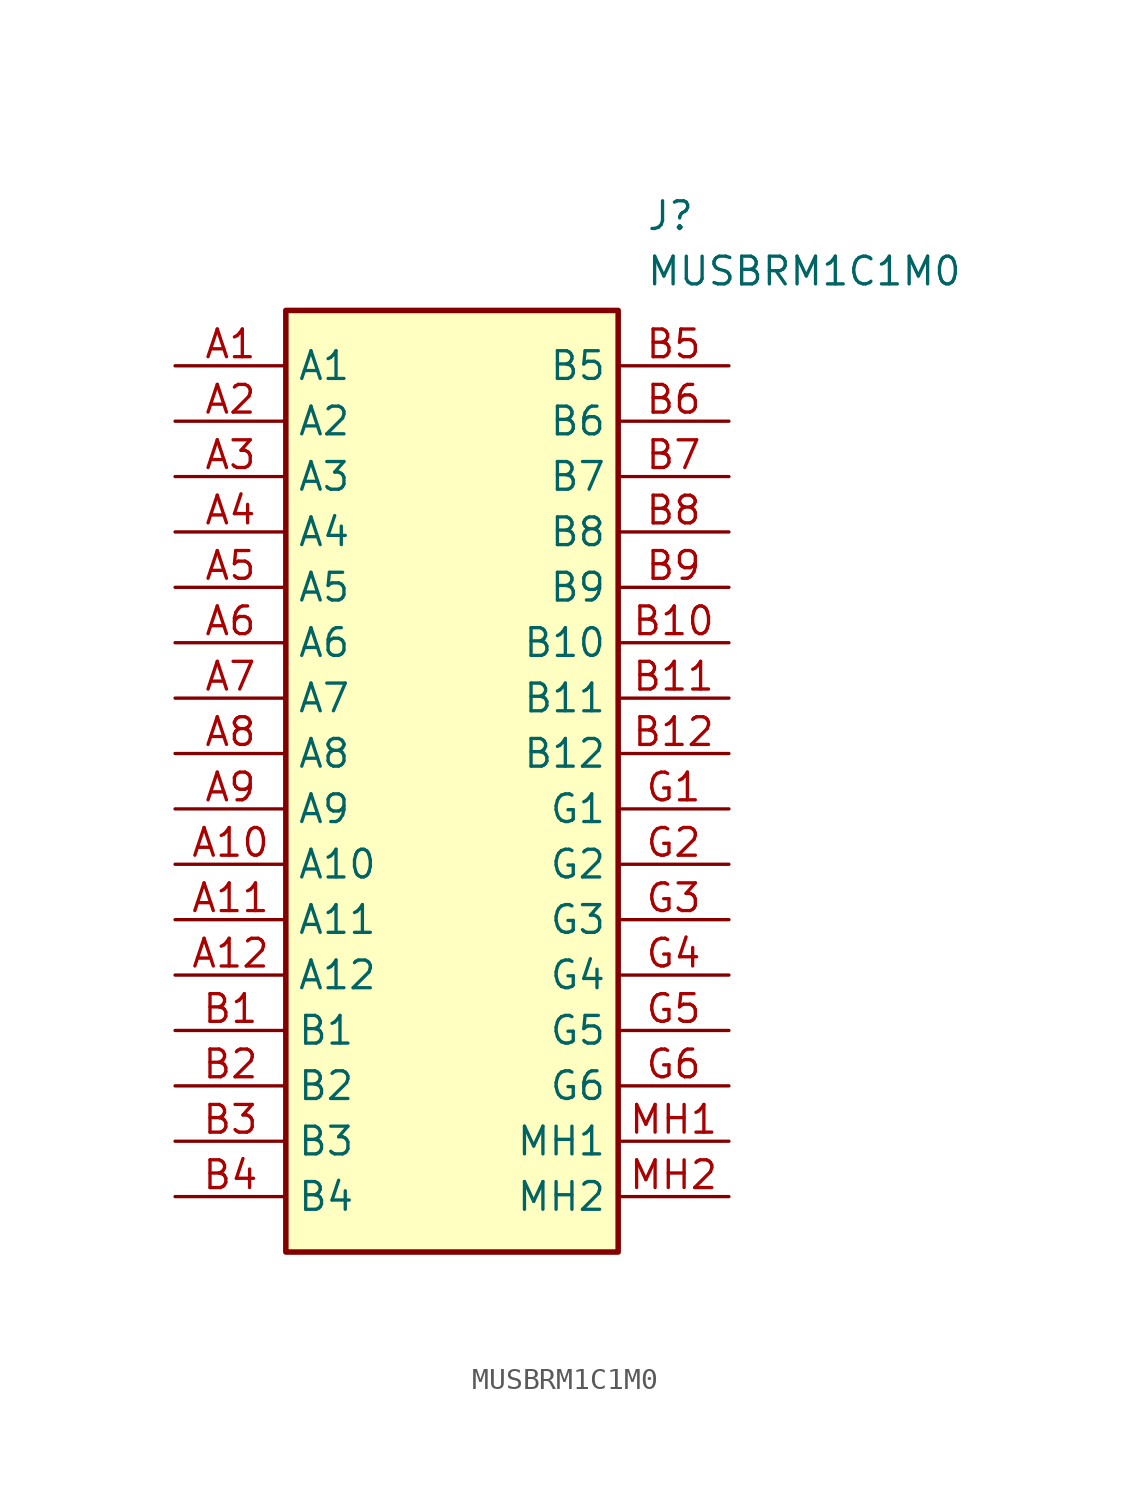
<source format=kicad_sym>
(kicad_symbol_lib
  (version 20211014)
  (generator SamacSys_ECAD_Model)
  (symbol "MUSBRM1C1M0"
    (property "Reference" "J"
      (at 21.59 7.62 0)
      (effects (font (size 1.27 1.27)) (justify left top)))
    (property "Value" "MUSBRM1C1M0"
      (at 21.59 5.08 0)
      (effects (font (size 1.27 1.27)) (justify left top)))
    (rectangle
      (start 5.08 2.54)
      (end 20.32 -40.64)
      (stroke (width 0.254) (type default))
      (fill (type background)))
    (pin passive line
      (at 0 0 0)
      (length 5.08)
      (name "A1" (effects (font (size 1.27 1.27))))
      (number "A1" (effects (font (size 1.27 1.27)))))
    (pin passive line
      (at 0 -2.54 0)
      (length 5.08)
      (name "A2" (effects (font (size 1.27 1.27))))
      (number "A2" (effects (font (size 1.27 1.27)))))
    (pin passive line
      (at 0 -5.08 0)
      (length 5.08)
      (name "A3" (effects (font (size 1.27 1.27))))
      (number "A3" (effects (font (size 1.27 1.27)))))
    (pin passive line
      (at 0 -7.62 0)
      (length 5.08)
      (name "A4" (effects (font (size 1.27 1.27))))
      (number "A4" (effects (font (size 1.27 1.27)))))
    (pin passive line
      (at 0 -10.16 0)
      (length 5.08)
      (name "A5" (effects (font (size 1.27 1.27))))
      (number "A5" (effects (font (size 1.27 1.27)))))
    (pin passive line
      (at 0 -12.7 0)
      (length 5.08)
      (name "A6" (effects (font (size 1.27 1.27))))
      (number "A6" (effects (font (size 1.27 1.27)))))
    (pin passive line
      (at 0 -15.24 0)
      (length 5.08)
      (name "A7" (effects (font (size 1.27 1.27))))
      (number "A7" (effects (font (size 1.27 1.27)))))
    (pin passive line
      (at 0 -17.78 0)
      (length 5.08)
      (name "A8" (effects (font (size 1.27 1.27))))
      (number "A8" (effects (font (size 1.27 1.27)))))
    (pin passive line
      (at 0 -20.32 0)
      (length 5.08)
      (name "A9" (effects (font (size 1.27 1.27))))
      (number "A9" (effects (font (size 1.27 1.27)))))
    (pin passive line
      (at 0 -22.86 0)
      (length 5.08)
      (name "A10" (effects (font (size 1.27 1.27))))
      (number "A10" (effects (font (size 1.27 1.27)))))
    (pin passive line
      (at 0 -25.4 0)
      (length 5.08)
      (name "A11" (effects (font (size 1.27 1.27))))
      (number "A11" (effects (font (size 1.27 1.27)))))
    (pin passive line
      (at 0 -27.94 0)
      (length 5.08)
      (name "A12" (effects (font (size 1.27 1.27))))
      (number "A12" (effects (font (size 1.27 1.27)))))
    (pin passive line
      (at 0 -30.48 0)
      (length 5.08)
      (name "B1" (effects (font (size 1.27 1.27))))
      (number "B1" (effects (font (size 1.27 1.27)))))
    (pin passive line
      (at 0 -33.02 0)
      (length 5.08)
      (name "B2" (effects (font (size 1.27 1.27))))
      (number "B2" (effects (font (size 1.27 1.27)))))
    (pin passive line
      (at 0 -35.56 0)
      (length 5.08)
      (name "B3" (effects (font (size 1.27 1.27))))
      (number "B3" (effects (font (size 1.27 1.27)))))
    (pin passive line
      (at 0 -38.1 0)
      (length 5.08)
      (name "B4" (effects (font (size 1.27 1.27))))
      (number "B4" (effects (font (size 1.27 1.27)))))
    (pin passive line
      (at 25.4 0 180)
      (length 5.08)
      (name "B5" (effects (font (size 1.27 1.27))))
      (number "B5" (effects (font (size 1.27 1.27)))))
    (pin passive line
      (at 25.4 -2.54 180)
      (length 5.08)
      (name "B6" (effects (font (size 1.27 1.27))))
      (number "B6" (effects (font (size 1.27 1.27)))))
    (pin passive line
      (at 25.4 -5.08 180)
      (length 5.08)
      (name "B7" (effects (font (size 1.27 1.27))))
      (number "B7" (effects (font (size 1.27 1.27)))))
    (pin passive line
      (at 25.4 -7.62 180)
      (length 5.08)
      (name "B8" (effects (font (size 1.27 1.27))))
      (number "B8" (effects (font (size 1.27 1.27)))))
    (pin passive line
      (at 25.4 -10.16 180)
      (length 5.08)
      (name "B9" (effects (font (size 1.27 1.27))))
      (number "B9" (effects (font (size 1.27 1.27)))))
    (pin passive line
      (at 25.4 -12.7 180)
      (length 5.08)
      (name "B10" (effects (font (size 1.27 1.27))))
      (number "B10" (effects (font (size 1.27 1.27)))))
    (pin passive line
      (at 25.4 -15.24 180)
      (length 5.08)
      (name "B11" (effects (font (size 1.27 1.27))))
      (number "B11" (effects (font (size 1.27 1.27)))))
    (pin passive line
      (at 25.4 -17.78 180)
      (length 5.08)
      (name "B12" (effects (font (size 1.27 1.27))))
      (number "B12" (effects (font (size 1.27 1.27)))))
    (pin passive line
      (at 25.4 -20.32 180)
      (length 5.08)
      (name "G1" (effects (font (size 1.27 1.27))))
      (number "G1" (effects (font (size 1.27 1.27)))))
    (pin passive line
      (at 25.4 -22.86 180)
      (length 5.08)
      (name "G2" (effects (font (size 1.27 1.27))))
      (number "G2" (effects (font (size 1.27 1.27)))))
    (pin passive line
      (at 25.4 -25.4 180)
      (length 5.08)
      (name "G3" (effects (font (size 1.27 1.27))))
      (number "G3" (effects (font (size 1.27 1.27)))))
    (pin passive line
      (at 25.4 -27.94 180)
      (length 5.08)
      (name "G4" (effects (font (size 1.27 1.27))))
      (number "G4" (effects (font (size 1.27 1.27)))))
    (pin passive line
      (at 25.4 -30.48 180)
      (length 5.08)
      (name "G5" (effects (font (size 1.27 1.27))))
      (number "G5" (effects (font (size 1.27 1.27)))))
    (pin passive line
      (at 25.4 -33.02 180)
      (length 5.08)
      (name "G6" (effects (font (size 1.27 1.27))))
      (number "G6" (effects (font (size 1.27 1.27)))))
    (pin passive line
      (at 25.4 -35.56 180)
      (length 5.08)
      (name "MH1" (effects (font (size 1.27 1.27))))
      (number "MH1" (effects (font (size 1.27 1.27)))))
    (pin passive line
      (at 25.4 -38.1 180)
      (length 5.08)
      (name "MH2" (effects (font (size 1.27 1.27))))
      (number "MH2" (effects (font (size 1.27 1.27)))))))
</source>
